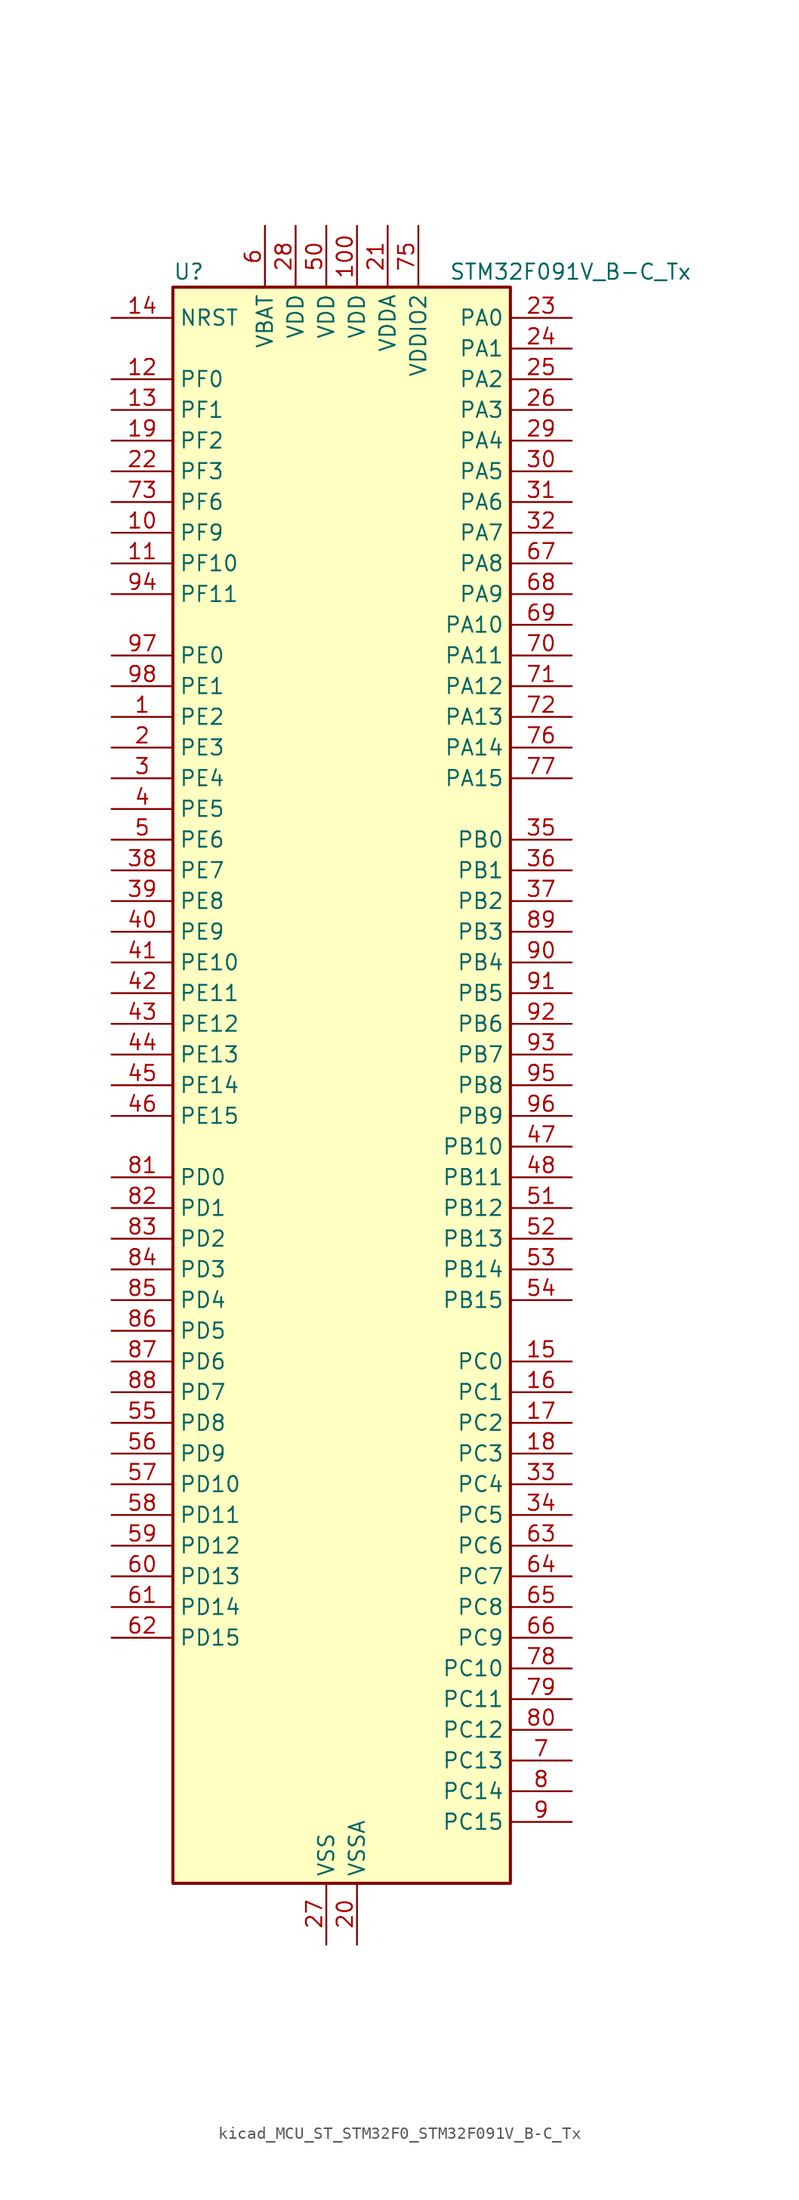
<source format=kicad_sym>
(kicad_symbol_lib
  (version 20220914)
  (generator kicad_symbol_editor)
  (symbol "kicad_MCU_ST_STM32F0_STM32F091V_B-C_Tx"
    (property "Reference" "U"
      (at -12.7 67.31 0)
      (effects (font (size 1.27 1.27)) (justify left)))
    (property "Value" "STM32F091V_B-C_Tx"
      (at 10.16 67.31 0)
      (effects (font (size 1.27 1.27)) (justify left)))
    (property "ki_locked" ""
      (at 0 0 0)
      (effects (font (size 1.27 1.27))))
    (symbol "kicad_MCU_ST_STM32F0_STM32F091V_B-C_Tx_0_1"
      (rectangle (start -12.7 -66.04) (end 15.24 66.04) (stroke (width 0.254) (type default)) (fill (type background))))
    (symbol "kicad_MCU_ST_STM32F0_STM32F091V_B-C_Tx_1_1"
      (pin bidirectional line (at -17.78 30.48 0) (length 5.08) (name "PE2" (effects (font (size 1.27 1.27)))) (number "1" (effects (font (size 1.27 1.27)))) (alternate "TIM3_ETR" bidirectional line) (alternate "TSC_G7_IO1" bidirectional line))
      (pin bidirectional line (at -17.78 45.72 0) (length 5.08) (name "PF9" (effects (font (size 1.27 1.27)))) (number "10" (effects (font (size 1.27 1.27)))) (alternate "DAC_EXTI9" bidirectional line) (alternate "TIM15_CH1" bidirectional line) (alternate "USART6_TX" bidirectional line))
      (pin power_in line (at 2.54 71.12 270) (length 5.08) (name "VDD" (effects (font (size 1.27 1.27)))) (number "100" (effects (font (size 1.27 1.27)))))
      (pin bidirectional line (at -17.78 43.18 0) (length 5.08) (name "PF10" (effects (font (size 1.27 1.27)))) (number "11" (effects (font (size 1.27 1.27)))) (alternate "TIM15_CH2" bidirectional line) (alternate "USART6_RX" bidirectional line))
      (pin bidirectional line (at -17.78 58.42 0) (length 5.08) (name "PF0" (effects (font (size 1.27 1.27)))) (number "12" (effects (font (size 1.27 1.27)))) (alternate "CRS_SYNC" bidirectional line) (alternate "I2C1_SDA" bidirectional line) (alternate "RCC_OSC_IN" bidirectional line))
      (pin bidirectional line (at -17.78 55.88 0) (length 5.08) (name "PF1" (effects (font (size 1.27 1.27)))) (number "13" (effects (font (size 1.27 1.27)))) (alternate "I2C1_SCL" bidirectional line) (alternate "RCC_OSC_OUT" bidirectional line))
      (pin input line (at -17.78 63.5 0) (length 5.08) (name "NRST" (effects (font (size 1.27 1.27)))) (number "14" (effects (font (size 1.27 1.27)))))
      (pin bidirectional line (at 20.32 -22.86 180) (length 5.08) (name "PC0" (effects (font (size 1.27 1.27)))) (number "15" (effects (font (size 1.27 1.27)))) (alternate "ADC_IN10" bidirectional line) (alternate "USART6_TX" bidirectional line) (alternate "USART7_TX" bidirectional line))
      (pin bidirectional line (at 20.32 -25.4 180) (length 5.08) (name "PC1" (effects (font (size 1.27 1.27)))) (number "16" (effects (font (size 1.27 1.27)))) (alternate "ADC_IN11" bidirectional line) (alternate "USART6_RX" bidirectional line) (alternate "USART7_RX" bidirectional line))
      (pin bidirectional line (at 20.32 -27.94 180) (length 5.08) (name "PC2" (effects (font (size 1.27 1.27)))) (number "17" (effects (font (size 1.27 1.27)))) (alternate "ADC_IN12" bidirectional line) (alternate "I2S2_MCK" bidirectional line) (alternate "SPI2_MISO" bidirectional line) (alternate "USART8_TX" bidirectional line))
      (pin bidirectional line (at 20.32 -30.48 180) (length 5.08) (name "PC3" (effects (font (size 1.27 1.27)))) (number "18" (effects (font (size 1.27 1.27)))) (alternate "ADC_IN13" bidirectional line) (alternate "I2S2_SD" bidirectional line) (alternate "SPI2_MOSI" bidirectional line) (alternate "USART8_RX" bidirectional line))
      (pin bidirectional line (at -17.78 53.34 0) (length 5.08) (name "PF2" (effects (font (size 1.27 1.27)))) (number "19" (effects (font (size 1.27 1.27)))) (alternate "SYS_WKUP8" bidirectional line) (alternate "USART7_CK" bidirectional line) (alternate "USART7_DE" bidirectional line) (alternate "USART7_RTS" bidirectional line) (alternate "USART7_TX" bidirectional line))
      (pin bidirectional line (at -17.78 27.94 0) (length 5.08) (name "PE3" (effects (font (size 1.27 1.27)))) (number "2" (effects (font (size 1.27 1.27)))) (alternate "TIM3_CH1" bidirectional line) (alternate "TSC_G7_IO2" bidirectional line))
      (pin power_in line (at 2.54 -71.12 90) (length 5.08) (name "VSSA" (effects (font (size 1.27 1.27)))) (number "20" (effects (font (size 1.27 1.27)))))
      (pin power_in line (at 5.08 71.12 270) (length 5.08) (name "VDDA" (effects (font (size 1.27 1.27)))) (number "21" (effects (font (size 1.27 1.27)))))
      (pin bidirectional line (at -17.78 50.8 0) (length 5.08) (name "PF3" (effects (font (size 1.27 1.27)))) (number "22" (effects (font (size 1.27 1.27)))) (alternate "USART6_CK" bidirectional line) (alternate "USART6_DE" bidirectional line) (alternate "USART6_RTS" bidirectional line) (alternate "USART7_RX" bidirectional line))
      (pin bidirectional line (at 20.32 63.5 180) (length 5.08) (name "PA0" (effects (font (size 1.27 1.27)))) (number "23" (effects (font (size 1.27 1.27)))) (alternate "ADC_IN0" bidirectional line) (alternate "COMP1_INM" bidirectional line) (alternate "COMP1_OUT" bidirectional line) (alternate "RTC_TAMP2" bidirectional line) (alternate "SYS_WKUP1" bidirectional line) (alternate "TIM2_CH1" bidirectional line) (alternate "TIM2_ETR" bidirectional line) (alternate "TSC_G1_IO1" bidirectional line) (alternate "USART2_CTS" bidirectional line) (alternate "USART4_TX" bidirectional line))
      (pin bidirectional line (at 20.32 60.96 180) (length 5.08) (name "PA1" (effects (font (size 1.27 1.27)))) (number "24" (effects (font (size 1.27 1.27)))) (alternate "ADC_IN1" bidirectional line) (alternate "COMP1_INP" bidirectional line) (alternate "TIM15_CH1N" bidirectional line) (alternate "TIM2_CH2" bidirectional line) (alternate "TSC_G1_IO2" bidirectional line) (alternate "USART2_DE" bidirectional line) (alternate "USART2_RTS" bidirectional line) (alternate "USART4_RX" bidirectional line))
      (pin bidirectional line (at 20.32 58.42 180) (length 5.08) (name "PA2" (effects (font (size 1.27 1.27)))) (number "25" (effects (font (size 1.27 1.27)))) (alternate "ADC_IN2" bidirectional line) (alternate "COMP2_INM" bidirectional line) (alternate "COMP2_OUT" bidirectional line) (alternate "SYS_WKUP4" bidirectional line) (alternate "TIM15_CH1" bidirectional line) (alternate "TIM2_CH3" bidirectional line) (alternate "TSC_G1_IO3" bidirectional line) (alternate "USART2_TX" bidirectional line))
      (pin bidirectional line (at 20.32 55.88 180) (length 5.08) (name "PA3" (effects (font (size 1.27 1.27)))) (number "26" (effects (font (size 1.27 1.27)))) (alternate "ADC_IN3" bidirectional line) (alternate "COMP2_INP" bidirectional line) (alternate "TIM15_CH2" bidirectional line) (alternate "TIM2_CH4" bidirectional line) (alternate "TSC_G1_IO4" bidirectional line) (alternate "USART2_RX" bidirectional line))
      (pin power_in line (at 0 -71.12 90) (length 5.08) (name "VSS" (effects (font (size 1.27 1.27)))) (number "27" (effects (font (size 1.27 1.27)))))
      (pin power_in line (at -2.54 71.12 270) (length 5.08) (name "VDD" (effects (font (size 1.27 1.27)))) (number "28" (effects (font (size 1.27 1.27)))))
      (pin bidirectional line (at 20.32 53.34 180) (length 5.08) (name "PA4" (effects (font (size 1.27 1.27)))) (number "29" (effects (font (size 1.27 1.27)))) (alternate "ADC_IN4" bidirectional line) (alternate "COMP1_INM" bidirectional line) (alternate "COMP2_INM" bidirectional line) (alternate "DAC_OUT1" bidirectional line) (alternate "I2S1_WS" bidirectional line) (alternate "SPI1_NSS" bidirectional line) (alternate "TIM14_CH1" bidirectional line) (alternate "TSC_G2_IO1" bidirectional line) (alternate "USART2_CK" bidirectional line) (alternate "USART6_TX" bidirectional line))
      (pin bidirectional line (at -17.78 25.4 0) (length 5.08) (name "PE4" (effects (font (size 1.27 1.27)))) (number "3" (effects (font (size 1.27 1.27)))) (alternate "TIM3_CH2" bidirectional line) (alternate "TSC_G7_IO3" bidirectional line))
      (pin bidirectional line (at 20.32 50.8 180) (length 5.08) (name "PA5" (effects (font (size 1.27 1.27)))) (number "30" (effects (font (size 1.27 1.27)))) (alternate "ADC_IN5" bidirectional line) (alternate "CEC" bidirectional line) (alternate "COMP1_INM" bidirectional line) (alternate "COMP2_INM" bidirectional line) (alternate "DAC_OUT2" bidirectional line) (alternate "I2S1_CK" bidirectional line) (alternate "SPI1_SCK" bidirectional line) (alternate "TIM2_CH1" bidirectional line) (alternate "TIM2_ETR" bidirectional line) (alternate "TSC_G2_IO2" bidirectional line) (alternate "USART6_RX" bidirectional line))
      (pin bidirectional line (at 20.32 48.26 180) (length 5.08) (name "PA6" (effects (font (size 1.27 1.27)))) (number "31" (effects (font (size 1.27 1.27)))) (alternate "ADC_IN6" bidirectional line) (alternate "COMP1_OUT" bidirectional line) (alternate "I2S1_MCK" bidirectional line) (alternate "SPI1_MISO" bidirectional line) (alternate "TIM16_CH1" bidirectional line) (alternate "TIM1_BKIN" bidirectional line) (alternate "TIM3_CH1" bidirectional line) (alternate "TSC_G2_IO3" bidirectional line) (alternate "USART3_CTS" bidirectional line))
      (pin bidirectional line (at 20.32 45.72 180) (length 5.08) (name "PA7" (effects (font (size 1.27 1.27)))) (number "32" (effects (font (size 1.27 1.27)))) (alternate "ADC_IN7" bidirectional line) (alternate "COMP2_OUT" bidirectional line) (alternate "I2S1_SD" bidirectional line) (alternate "SPI1_MOSI" bidirectional line) (alternate "TIM14_CH1" bidirectional line) (alternate "TIM17_CH1" bidirectional line) (alternate "TIM1_CH1N" bidirectional line) (alternate "TIM3_CH2" bidirectional line) (alternate "TSC_G2_IO4" bidirectional line))
      (pin bidirectional line (at 20.32 -33.02 180) (length 5.08) (name "PC4" (effects (font (size 1.27 1.27)))) (number "33" (effects (font (size 1.27 1.27)))) (alternate "ADC_IN14" bidirectional line) (alternate "USART3_TX" bidirectional line))
      (pin bidirectional line (at 20.32 -35.56 180) (length 5.08) (name "PC5" (effects (font (size 1.27 1.27)))) (number "34" (effects (font (size 1.27 1.27)))) (alternate "ADC_IN15" bidirectional line) (alternate "SYS_WKUP5" bidirectional line) (alternate "TSC_G3_IO1" bidirectional line) (alternate "USART3_RX" bidirectional line))
      (pin bidirectional line (at 20.32 20.32 180) (length 5.08) (name "PB0" (effects (font (size 1.27 1.27)))) (number "35" (effects (font (size 1.27 1.27)))) (alternate "ADC_IN8" bidirectional line) (alternate "TIM1_CH2N" bidirectional line) (alternate "TIM3_CH3" bidirectional line) (alternate "TSC_G3_IO2" bidirectional line) (alternate "USART3_CK" bidirectional line))
      (pin bidirectional line (at 20.32 17.78 180) (length 5.08) (name "PB1" (effects (font (size 1.27 1.27)))) (number "36" (effects (font (size 1.27 1.27)))) (alternate "ADC_IN9" bidirectional line) (alternate "TIM14_CH1" bidirectional line) (alternate "TIM1_CH3N" bidirectional line) (alternate "TIM3_CH4" bidirectional line) (alternate "TSC_G3_IO3" bidirectional line) (alternate "USART3_DE" bidirectional line) (alternate "USART3_RTS" bidirectional line))
      (pin bidirectional line (at 20.32 15.24 180) (length 5.08) (name "PB2" (effects (font (size 1.27 1.27)))) (number "37" (effects (font (size 1.27 1.27)))) (alternate "TSC_G3_IO4" bidirectional line))
      (pin bidirectional line (at -17.78 17.78 0) (length 5.08) (name "PE7" (effects (font (size 1.27 1.27)))) (number "38" (effects (font (size 1.27 1.27)))) (alternate "TIM1_ETR" bidirectional line) (alternate "USART5_CK" bidirectional line) (alternate "USART5_DE" bidirectional line) (alternate "USART5_RTS" bidirectional line))
      (pin bidirectional line (at -17.78 15.24 0) (length 5.08) (name "PE8" (effects (font (size 1.27 1.27)))) (number "39" (effects (font (size 1.27 1.27)))) (alternate "TIM1_CH1N" bidirectional line) (alternate "USART4_TX" bidirectional line))
      (pin bidirectional line (at -17.78 22.86 0) (length 5.08) (name "PE5" (effects (font (size 1.27 1.27)))) (number "4" (effects (font (size 1.27 1.27)))) (alternate "TIM3_CH3" bidirectional line) (alternate "TSC_G7_IO4" bidirectional line))
      (pin bidirectional line (at -17.78 12.7 0) (length 5.08) (name "PE9" (effects (font (size 1.27 1.27)))) (number "40" (effects (font (size 1.27 1.27)))) (alternate "DAC_EXTI9" bidirectional line) (alternate "TIM1_CH1" bidirectional line) (alternate "USART4_RX" bidirectional line))
      (pin bidirectional line (at -17.78 10.16 0) (length 5.08) (name "PE10" (effects (font (size 1.27 1.27)))) (number "41" (effects (font (size 1.27 1.27)))) (alternate "TIM1_CH2N" bidirectional line) (alternate "USART5_TX" bidirectional line))
      (pin bidirectional line (at -17.78 7.62 0) (length 5.08) (name "PE11" (effects (font (size 1.27 1.27)))) (number "42" (effects (font (size 1.27 1.27)))) (alternate "TIM1_CH2" bidirectional line) (alternate "USART5_RX" bidirectional line))
      (pin bidirectional line (at -17.78 5.08 0) (length 5.08) (name "PE12" (effects (font (size 1.27 1.27)))) (number "43" (effects (font (size 1.27 1.27)))) (alternate "I2S1_WS" bidirectional line) (alternate "SPI1_NSS" bidirectional line) (alternate "TIM1_CH3N" bidirectional line))
      (pin bidirectional line (at -17.78 2.54 0) (length 5.08) (name "PE13" (effects (font (size 1.27 1.27)))) (number "44" (effects (font (size 1.27 1.27)))) (alternate "I2S1_CK" bidirectional line) (alternate "SPI1_SCK" bidirectional line) (alternate "TIM1_CH3" bidirectional line))
      (pin bidirectional line (at -17.78 0 0) (length 5.08) (name "PE14" (effects (font (size 1.27 1.27)))) (number "45" (effects (font (size 1.27 1.27)))) (alternate "I2S1_MCK" bidirectional line) (alternate "SPI1_MISO" bidirectional line) (alternate "TIM1_CH4" bidirectional line))
      (pin bidirectional line (at -17.78 -2.54 0) (length 5.08) (name "PE15" (effects (font (size 1.27 1.27)))) (number "46" (effects (font (size 1.27 1.27)))) (alternate "I2S1_SD" bidirectional line) (alternate "SPI1_MOSI" bidirectional line) (alternate "TIM1_BKIN" bidirectional line))
      (pin bidirectional line (at 20.32 -5.08 180) (length 5.08) (name "PB10" (effects (font (size 1.27 1.27)))) (number "47" (effects (font (size 1.27 1.27)))) (alternate "CEC" bidirectional line) (alternate "I2C2_SCL" bidirectional line) (alternate "I2S2_CK" bidirectional line) (alternate "SPI2_SCK" bidirectional line) (alternate "TIM2_CH3" bidirectional line) (alternate "TSC_SYNC" bidirectional line) (alternate "USART3_TX" bidirectional line))
      (pin bidirectional line (at 20.32 -7.62 180) (length 5.08) (name "PB11" (effects (font (size 1.27 1.27)))) (number "48" (effects (font (size 1.27 1.27)))) (alternate "I2C2_SDA" bidirectional line) (alternate "TIM2_CH4" bidirectional line) (alternate "TSC_G6_IO1" bidirectional line) (alternate "USART3_RX" bidirectional line))
      (pin passive line (at 0 -71.12 90) (length 5.08) hide (name "VSS" (effects (font (size 1.27 1.27)))) (number "49" (effects (font (size 1.27 1.27)))))
      (pin bidirectional line (at -17.78 20.32 0) (length 5.08) (name "PE6" (effects (font (size 1.27 1.27)))) (number "5" (effects (font (size 1.27 1.27)))) (alternate "RTC_TAMP3" bidirectional line) (alternate "SYS_WKUP3" bidirectional line) (alternate "TIM3_CH4" bidirectional line))
      (pin power_in line (at 0 71.12 270) (length 5.08) (name "VDD" (effects (font (size 1.27 1.27)))) (number "50" (effects (font (size 1.27 1.27)))))
      (pin bidirectional line (at 20.32 -10.16 180) (length 5.08) (name "PB12" (effects (font (size 1.27 1.27)))) (number "51" (effects (font (size 1.27 1.27)))) (alternate "I2S2_WS" bidirectional line) (alternate "SPI2_NSS" bidirectional line) (alternate "TIM15_BKIN" bidirectional line) (alternate "TIM1_BKIN" bidirectional line) (alternate "TSC_G6_IO2" bidirectional line) (alternate "USART3_CK" bidirectional line))
      (pin bidirectional line (at 20.32 -12.7 180) (length 5.08) (name "PB13" (effects (font (size 1.27 1.27)))) (number "52" (effects (font (size 1.27 1.27)))) (alternate "I2C2_SCL" bidirectional line) (alternate "I2S2_CK" bidirectional line) (alternate "SPI2_SCK" bidirectional line) (alternate "TIM1_CH1N" bidirectional line) (alternate "TSC_G6_IO3" bidirectional line) (alternate "USART3_CTS" bidirectional line))
      (pin bidirectional line (at 20.32 -15.24 180) (length 5.08) (name "PB14" (effects (font (size 1.27 1.27)))) (number "53" (effects (font (size 1.27 1.27)))) (alternate "I2C2_SDA" bidirectional line) (alternate "I2S2_MCK" bidirectional line) (alternate "SPI2_MISO" bidirectional line) (alternate "TIM15_CH1" bidirectional line) (alternate "TIM1_CH2N" bidirectional line) (alternate "TSC_G6_IO4" bidirectional line) (alternate "USART3_DE" bidirectional line) (alternate "USART3_RTS" bidirectional line))
      (pin bidirectional line (at 20.32 -17.78 180) (length 5.08) (name "PB15" (effects (font (size 1.27 1.27)))) (number "54" (effects (font (size 1.27 1.27)))) (alternate "I2S2_SD" bidirectional line) (alternate "RTC_REFIN" bidirectional line) (alternate "SPI2_MOSI" bidirectional line) (alternate "SYS_WKUP7" bidirectional line) (alternate "TIM15_CH1N" bidirectional line) (alternate "TIM15_CH2" bidirectional line) (alternate "TIM1_CH3N" bidirectional line))
      (pin bidirectional line (at -17.78 -27.94 0) (length 5.08) (name "PD8" (effects (font (size 1.27 1.27)))) (number "55" (effects (font (size 1.27 1.27)))) (alternate "USART3_TX" bidirectional line))
      (pin bidirectional line (at -17.78 -30.48 0) (length 5.08) (name "PD9" (effects (font (size 1.27 1.27)))) (number "56" (effects (font (size 1.27 1.27)))) (alternate "DAC_EXTI9" bidirectional line) (alternate "USART3_RX" bidirectional line))
      (pin bidirectional line (at -17.78 -33.02 0) (length 5.08) (name "PD10" (effects (font (size 1.27 1.27)))) (number "57" (effects (font (size 1.27 1.27)))) (alternate "USART3_CK" bidirectional line))
      (pin bidirectional line (at -17.78 -35.56 0) (length 5.08) (name "PD11" (effects (font (size 1.27 1.27)))) (number "58" (effects (font (size 1.27 1.27)))) (alternate "USART3_CTS" bidirectional line))
      (pin bidirectional line (at -17.78 -38.1 0) (length 5.08) (name "PD12" (effects (font (size 1.27 1.27)))) (number "59" (effects (font (size 1.27 1.27)))) (alternate "TSC_G8_IO1" bidirectional line) (alternate "USART3_DE" bidirectional line) (alternate "USART3_RTS" bidirectional line) (alternate "USART8_CK" bidirectional line) (alternate "USART8_DE" bidirectional line) (alternate "USART8_RTS" bidirectional line))
      (pin power_in line (at -5.08 71.12 270) (length 5.08) (name "VBAT" (effects (font (size 1.27 1.27)))) (number "6" (effects (font (size 1.27 1.27)))))
      (pin bidirectional line (at -17.78 -40.64 0) (length 5.08) (name "PD13" (effects (font (size 1.27 1.27)))) (number "60" (effects (font (size 1.27 1.27)))) (alternate "TSC_G8_IO2" bidirectional line) (alternate "USART8_TX" bidirectional line))
      (pin bidirectional line (at -17.78 -43.18 0) (length 5.08) (name "PD14" (effects (font (size 1.27 1.27)))) (number "61" (effects (font (size 1.27 1.27)))) (alternate "TSC_G8_IO3" bidirectional line) (alternate "USART8_RX" bidirectional line))
      (pin bidirectional line (at -17.78 -45.72 0) (length 5.08) (name "PD15" (effects (font (size 1.27 1.27)))) (number "62" (effects (font (size 1.27 1.27)))) (alternate "CRS_SYNC" bidirectional line) (alternate "TSC_G8_IO4" bidirectional line) (alternate "USART7_CK" bidirectional line) (alternate "USART7_DE" bidirectional line) (alternate "USART7_RTS" bidirectional line))
      (pin bidirectional line (at 20.32 -38.1 180) (length 5.08) (name "PC6" (effects (font (size 1.27 1.27)))) (number "63" (effects (font (size 1.27 1.27)))) (alternate "TIM3_CH1" bidirectional line) (alternate "USART7_TX" bidirectional line))
      (pin bidirectional line (at 20.32 -40.64 180) (length 5.08) (name "PC7" (effects (font (size 1.27 1.27)))) (number "64" (effects (font (size 1.27 1.27)))) (alternate "TIM3_CH2" bidirectional line) (alternate "USART7_RX" bidirectional line))
      (pin bidirectional line (at 20.32 -43.18 180) (length 5.08) (name "PC8" (effects (font (size 1.27 1.27)))) (number "65" (effects (font (size 1.27 1.27)))) (alternate "TIM3_CH3" bidirectional line) (alternate "USART8_TX" bidirectional line))
      (pin bidirectional line (at 20.32 -45.72 180) (length 5.08) (name "PC9" (effects (font (size 1.27 1.27)))) (number "66" (effects (font (size 1.27 1.27)))) (alternate "DAC_EXTI9" bidirectional line) (alternate "TIM3_CH4" bidirectional line) (alternate "USART8_RX" bidirectional line))
      (pin bidirectional line (at 20.32 43.18 180) (length 5.08) (name "PA8" (effects (font (size 1.27 1.27)))) (number "67" (effects (font (size 1.27 1.27)))) (alternate "CRS_SYNC" bidirectional line) (alternate "RCC_MCO" bidirectional line) (alternate "TIM1_CH1" bidirectional line) (alternate "USART1_CK" bidirectional line))
      (pin bidirectional line (at 20.32 40.64 180) (length 5.08) (name "PA9" (effects (font (size 1.27 1.27)))) (number "68" (effects (font (size 1.27 1.27)))) (alternate "DAC_EXTI9" bidirectional line) (alternate "I2C1_SCL" bidirectional line) (alternate "RCC_MCO" bidirectional line) (alternate "TIM15_BKIN" bidirectional line) (alternate "TIM1_CH2" bidirectional line) (alternate "TSC_G4_IO1" bidirectional line) (alternate "USART1_TX" bidirectional line))
      (pin bidirectional line (at 20.32 38.1 180) (length 5.08) (name "PA10" (effects (font (size 1.27 1.27)))) (number "69" (effects (font (size 1.27 1.27)))) (alternate "I2C1_SDA" bidirectional line) (alternate "TIM17_BKIN" bidirectional line) (alternate "TIM1_CH3" bidirectional line) (alternate "TSC_G4_IO2" bidirectional line) (alternate "USART1_RX" bidirectional line))
      (pin bidirectional line (at 20.32 -55.88 180) (length 5.08) (name "PC13" (effects (font (size 1.27 1.27)))) (number "7" (effects (font (size 1.27 1.27)))) (alternate "RTC_OUT_ALARM" bidirectional line) (alternate "RTC_OUT_CALIB" bidirectional line) (alternate "RTC_TAMP1" bidirectional line) (alternate "RTC_TS" bidirectional line) (alternate "SYS_WKUP2" bidirectional line))
      (pin bidirectional line (at 20.32 35.56 180) (length 5.08) (name "PA11" (effects (font (size 1.27 1.27)))) (number "70" (effects (font (size 1.27 1.27)))) (alternate "CAN_RX" bidirectional line) (alternate "COMP1_OUT" bidirectional line) (alternate "I2C2_SCL" bidirectional line) (alternate "TIM1_CH4" bidirectional line) (alternate "TSC_G4_IO3" bidirectional line) (alternate "USART1_CTS" bidirectional line))
      (pin bidirectional line (at 20.32 33.02 180) (length 5.08) (name "PA12" (effects (font (size 1.27 1.27)))) (number "71" (effects (font (size 1.27 1.27)))) (alternate "CAN_TX" bidirectional line) (alternate "COMP2_OUT" bidirectional line) (alternate "I2C2_SDA" bidirectional line) (alternate "TIM1_ETR" bidirectional line) (alternate "TSC_G4_IO4" bidirectional line) (alternate "USART1_DE" bidirectional line) (alternate "USART1_RTS" bidirectional line))
      (pin bidirectional line (at 20.32 30.48 180) (length 5.08) (name "PA13" (effects (font (size 1.27 1.27)))) (number "72" (effects (font (size 1.27 1.27)))) (alternate "IR_OUT" bidirectional line) (alternate "SYS_SWDIO" bidirectional line))
      (pin bidirectional line (at -17.78 48.26 0) (length 5.08) (name "PF6" (effects (font (size 1.27 1.27)))) (number "73" (effects (font (size 1.27 1.27)))))
      (pin passive line (at 0 -71.12 90) (length 5.08) hide (name "VSS" (effects (font (size 1.27 1.27)))) (number "74" (effects (font (size 1.27 1.27)))))
      (pin power_in line (at 7.62 71.12 270) (length 5.08) (name "VDDIO2" (effects (font (size 1.27 1.27)))) (number "75" (effects (font (size 1.27 1.27)))))
      (pin bidirectional line (at 20.32 27.94 180) (length 5.08) (name "PA14" (effects (font (size 1.27 1.27)))) (number "76" (effects (font (size 1.27 1.27)))) (alternate "SYS_SWCLK" bidirectional line) (alternate "USART2_TX" bidirectional line))
      (pin bidirectional line (at 20.32 25.4 180) (length 5.08) (name "PA15" (effects (font (size 1.27 1.27)))) (number "77" (effects (font (size 1.27 1.27)))) (alternate "I2S1_WS" bidirectional line) (alternate "SPI1_NSS" bidirectional line) (alternate "TIM2_CH1" bidirectional line) (alternate "TIM2_ETR" bidirectional line) (alternate "USART2_RX" bidirectional line) (alternate "USART4_DE" bidirectional line) (alternate "USART4_RTS" bidirectional line))
      (pin bidirectional line (at 20.32 -48.26 180) (length 5.08) (name "PC10" (effects (font (size 1.27 1.27)))) (number "78" (effects (font (size 1.27 1.27)))) (alternate "USART3_TX" bidirectional line) (alternate "USART4_TX" bidirectional line))
      (pin bidirectional line (at 20.32 -50.8 180) (length 5.08) (name "PC11" (effects (font (size 1.27 1.27)))) (number "79" (effects (font (size 1.27 1.27)))) (alternate "USART3_RX" bidirectional line) (alternate "USART4_RX" bidirectional line))
      (pin bidirectional line (at 20.32 -58.42 180) (length 5.08) (name "PC14" (effects (font (size 1.27 1.27)))) (number "8" (effects (font (size 1.27 1.27)))) (alternate "RCC_OSC32_IN" bidirectional line))
      (pin bidirectional line (at 20.32 -53.34 180) (length 5.08) (name "PC12" (effects (font (size 1.27 1.27)))) (number "80" (effects (font (size 1.27 1.27)))) (alternate "USART3_CK" bidirectional line) (alternate "USART4_CK" bidirectional line) (alternate "USART5_TX" bidirectional line))
      (pin bidirectional line (at -17.78 -7.62 0) (length 5.08) (name "PD0" (effects (font (size 1.27 1.27)))) (number "81" (effects (font (size 1.27 1.27)))) (alternate "CAN_RX" bidirectional line) (alternate "I2S2_WS" bidirectional line) (alternate "SPI2_NSS" bidirectional line))
      (pin bidirectional line (at -17.78 -10.16 0) (length 5.08) (name "PD1" (effects (font (size 1.27 1.27)))) (number "82" (effects (font (size 1.27 1.27)))) (alternate "CAN_TX" bidirectional line) (alternate "I2S2_CK" bidirectional line) (alternate "SPI2_SCK" bidirectional line))
      (pin bidirectional line (at -17.78 -12.7 0) (length 5.08) (name "PD2" (effects (font (size 1.27 1.27)))) (number "83" (effects (font (size 1.27 1.27)))) (alternate "TIM3_ETR" bidirectional line) (alternate "USART3_DE" bidirectional line) (alternate "USART3_RTS" bidirectional line) (alternate "USART5_RX" bidirectional line))
      (pin bidirectional line (at -17.78 -15.24 0) (length 5.08) (name "PD3" (effects (font (size 1.27 1.27)))) (number "84" (effects (font (size 1.27 1.27)))) (alternate "I2S2_MCK" bidirectional line) (alternate "SPI2_MISO" bidirectional line) (alternate "USART2_CTS" bidirectional line))
      (pin bidirectional line (at -17.78 -17.78 0) (length 5.08) (name "PD4" (effects (font (size 1.27 1.27)))) (number "85" (effects (font (size 1.27 1.27)))) (alternate "I2S2_SD" bidirectional line) (alternate "SPI2_MOSI" bidirectional line) (alternate "USART2_DE" bidirectional line) (alternate "USART2_RTS" bidirectional line))
      (pin bidirectional line (at -17.78 -20.32 0) (length 5.08) (name "PD5" (effects (font (size 1.27 1.27)))) (number "86" (effects (font (size 1.27 1.27)))) (alternate "USART2_TX" bidirectional line))
      (pin bidirectional line (at -17.78 -22.86 0) (length 5.08) (name "PD6" (effects (font (size 1.27 1.27)))) (number "87" (effects (font (size 1.27 1.27)))) (alternate "USART2_RX" bidirectional line))
      (pin bidirectional line (at -17.78 -25.4 0) (length 5.08) (name "PD7" (effects (font (size 1.27 1.27)))) (number "88" (effects (font (size 1.27 1.27)))) (alternate "USART2_CK" bidirectional line))
      (pin bidirectional line (at 20.32 12.7 180) (length 5.08) (name "PB3" (effects (font (size 1.27 1.27)))) (number "89" (effects (font (size 1.27 1.27)))) (alternate "I2S1_CK" bidirectional line) (alternate "SPI1_SCK" bidirectional line) (alternate "TIM2_CH2" bidirectional line) (alternate "TSC_G5_IO1" bidirectional line) (alternate "USART5_TX" bidirectional line))
      (pin bidirectional line (at 20.32 -60.96 180) (length 5.08) (name "PC15" (effects (font (size 1.27 1.27)))) (number "9" (effects (font (size 1.27 1.27)))) (alternate "RCC_OSC32_OUT" bidirectional line))
      (pin bidirectional line (at 20.32 10.16 180) (length 5.08) (name "PB4" (effects (font (size 1.27 1.27)))) (number "90" (effects (font (size 1.27 1.27)))) (alternate "I2S1_MCK" bidirectional line) (alternate "SPI1_MISO" bidirectional line) (alternate "TIM17_BKIN" bidirectional line) (alternate "TIM3_CH1" bidirectional line) (alternate "TSC_G5_IO2" bidirectional line) (alternate "USART5_RX" bidirectional line))
      (pin bidirectional line (at 20.32 7.62 180) (length 5.08) (name "PB5" (effects (font (size 1.27 1.27)))) (number "91" (effects (font (size 1.27 1.27)))) (alternate "I2C1_SMBA" bidirectional line) (alternate "I2S1_SD" bidirectional line) (alternate "SPI1_MOSI" bidirectional line) (alternate "SYS_WKUP6" bidirectional line) (alternate "TIM16_BKIN" bidirectional line) (alternate "TIM3_CH2" bidirectional line) (alternate "USART5_CK" bidirectional line) (alternate "USART5_DE" bidirectional line) (alternate "USART5_RTS" bidirectional line))
      (pin bidirectional line (at 20.32 5.08 180) (length 5.08) (name "PB6" (effects (font (size 1.27 1.27)))) (number "92" (effects (font (size 1.27 1.27)))) (alternate "I2C1_SCL" bidirectional line) (alternate "TIM16_CH1N" bidirectional line) (alternate "TSC_G5_IO3" bidirectional line) (alternate "USART1_TX" bidirectional line))
      (pin bidirectional line (at 20.32 2.54 180) (length 5.08) (name "PB7" (effects (font (size 1.27 1.27)))) (number "93" (effects (font (size 1.27 1.27)))) (alternate "I2C1_SDA" bidirectional line) (alternate "TIM17_CH1N" bidirectional line) (alternate "TSC_G5_IO4" bidirectional line) (alternate "USART1_RX" bidirectional line) (alternate "USART4_CTS" bidirectional line))
      (pin bidirectional line (at -17.78 40.64 0) (length 5.08) (name "PF11" (effects (font (size 1.27 1.27)))) (number "94" (effects (font (size 1.27 1.27)))))
      (pin bidirectional line (at 20.32 0 180) (length 5.08) (name "PB8" (effects (font (size 1.27 1.27)))) (number "95" (effects (font (size 1.27 1.27)))) (alternate "CAN_RX" bidirectional line) (alternate "CEC" bidirectional line) (alternate "I2C1_SCL" bidirectional line) (alternate "TIM16_CH1" bidirectional line) (alternate "TSC_SYNC" bidirectional line))
      (pin bidirectional line (at 20.32 -2.54 180) (length 5.08) (name "PB9" (effects (font (size 1.27 1.27)))) (number "96" (effects (font (size 1.27 1.27)))) (alternate "CAN_TX" bidirectional line) (alternate "DAC_EXTI9" bidirectional line) (alternate "I2C1_SDA" bidirectional line) (alternate "I2S2_WS" bidirectional line) (alternate "IR_OUT" bidirectional line) (alternate "SPI2_NSS" bidirectional line) (alternate "TIM17_CH1" bidirectional line))
      (pin bidirectional line (at -17.78 35.56 0) (length 5.08) (name "PE0" (effects (font (size 1.27 1.27)))) (number "97" (effects (font (size 1.27 1.27)))) (alternate "TIM16_CH1" bidirectional line))
      (pin bidirectional line (at -17.78 33.02 0) (length 5.08) (name "PE1" (effects (font (size 1.27 1.27)))) (number "98" (effects (font (size 1.27 1.27)))) (alternate "TIM17_CH1" bidirectional line))
      (pin passive line (at 0 -71.12 90) (length 5.08) hide (name "VSS" (effects (font (size 1.27 1.27)))) (number "99" (effects (font (size 1.27 1.27))))))))
</source>
